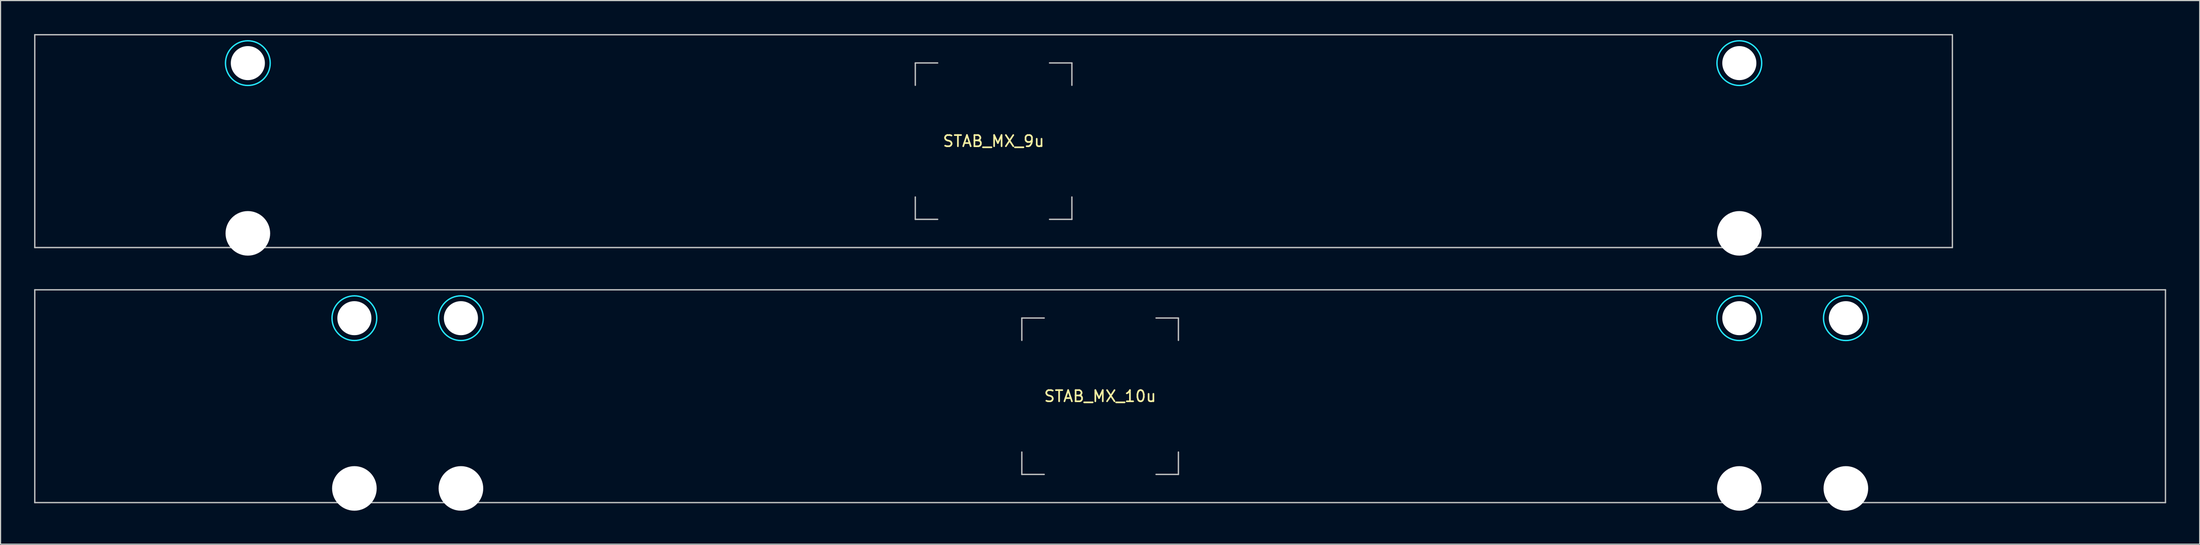
<source format=kicad_pcb>
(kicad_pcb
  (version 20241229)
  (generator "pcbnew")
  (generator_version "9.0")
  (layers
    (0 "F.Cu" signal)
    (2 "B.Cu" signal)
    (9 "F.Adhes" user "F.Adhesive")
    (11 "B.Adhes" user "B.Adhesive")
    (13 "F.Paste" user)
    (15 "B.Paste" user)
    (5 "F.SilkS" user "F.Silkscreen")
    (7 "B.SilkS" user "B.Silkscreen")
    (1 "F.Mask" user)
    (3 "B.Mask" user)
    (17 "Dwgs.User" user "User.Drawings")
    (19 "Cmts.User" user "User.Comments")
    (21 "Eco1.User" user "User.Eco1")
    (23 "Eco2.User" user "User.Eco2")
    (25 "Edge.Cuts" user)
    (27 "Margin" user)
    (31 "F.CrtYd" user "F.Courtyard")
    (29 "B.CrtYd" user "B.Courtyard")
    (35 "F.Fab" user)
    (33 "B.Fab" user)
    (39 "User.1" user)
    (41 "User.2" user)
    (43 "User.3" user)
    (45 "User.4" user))
  (footprint "STAB_MX_9u"
    (layer "F.Cu")
    (at 85.785 9.585)
    (property "Reference" "STAB_MX_9u" (at 0 0 0) (layer "F.SilkS") (effects (font (size 1 1) (thickness 0.15))))
    (attr through_hole exclude_from_pos_files exclude_from_bom)
    (fp_line (start -85.725 -9.525) (end -85.725 9.525) (stroke (width 0.12) (type solid)) (layer "Dwgs.User"))
    (fp_line (start -85.725 -9.525) (end 85.725 -9.525) (stroke (width 0.12) (type solid)) (layer "Dwgs.User"))
    (fp_line (start -7 -7) (end -5 -7) (stroke (width 0.12) (type solid)) (layer "Dwgs.User"))
    (fp_line (start -7 -5) (end -7 -7) (stroke (width 0.12) (type solid)) (layer "Dwgs.User"))
    (fp_line (start -7 7) (end -7 5) (stroke (width 0.12) (type solid)) (layer "Dwgs.User"))
    (fp_line (start -5 7) (end -7 7) (stroke (width 0.12) (type solid)) (layer "Dwgs.User"))
    (fp_line (start 5 -7) (end 7 -7) (stroke (width 0.12) (type solid)) (layer "Dwgs.User"))
    (fp_line (start 5 7) (end 7 7) (stroke (width 0.12) (type solid)) (layer "Dwgs.User"))
    (fp_line (start 7 -7) (end 7 -5) (stroke (width 0.12) (type solid)) (layer "Dwgs.User"))
    (fp_line (start 7 7) (end 7 5) (stroke (width 0.12) (type solid)) (layer "Dwgs.User"))
    (fp_line (start 85.725 -9.525) (end 85.725 9.525) (stroke (width 0.12) (type solid)) (layer "Dwgs.User"))
    (fp_line (start 85.725 9.525) (end -85.725 9.525) (stroke (width 0.12) (type solid)) (layer "Dwgs.User"))
    (fp_line (start -70.05 -5.5) (end -70.05 7.5) (stroke (width 0.05) (type solid)) (layer "Eco2.User"))
    (fp_line (start -69.55 -6) (end -63.801 -6) (stroke (width 0.05) (type solid)) (layer "Eco2.User"))
    (fp_line (start -69.55 8) (end -63.8 8) (stroke (width 0.05) (type solid)) (layer "Eco2.User"))
    (fp_line (start -63.301 -5.5) (end -63.3 7.5) (stroke (width 0.05) (type solid)) (layer "Eco2.User"))
    (fp_line (start 63.3 -5.5) (end 63.3 7.5) (stroke (width 0.05) (type solid)) (layer "Eco2.User"))
    (fp_line (start 63.8 -6) (end 69.549 -6) (stroke (width 0.05) (type solid)) (layer "Eco2.User"))
    (fp_line (start 63.8 8) (end 69.55 8) (stroke (width 0.05) (type solid)) (layer "Eco2.User"))
    (fp_line (start 70.049 -5.5) (end 70.05 7.5) (stroke (width 0.05) (type solid)) (layer "Eco2.User"))
    (fp_arc (start -70.05 -5.499999) (mid -69.903554 -5.853553) (end -69.55 -5.999999) (stroke (width 0.05) (type solid)) (layer "Eco2.User"))
    (fp_arc (start -69.55 8.000001) (mid -69.903554 7.853554) (end -70.05 7.500001) (stroke (width 0.05) (type solid)) (layer "Eco2.User"))
    (fp_arc (start -63.801211 -5.999999) (mid -63.447651 -5.853556) (end -63.301211 -5.499999) (stroke (width 0.05) (type solid)) (layer "Eco2.User"))
    (fp_arc (start -63.3 7.500001) (mid -63.446447 7.853554) (end -63.8 8.000001) (stroke (width 0.05) (type solid)) (layer "Eco2.User"))
    (fp_arc (start 63.3 -5.499999) (mid 63.446446 -5.853553) (end 63.8 -5.999999) (stroke (width 0.05) (type solid)) (layer "Eco2.User"))
    (fp_arc (start 63.8 8.000001) (mid 63.446446 7.853554) (end 63.3 7.500001) (stroke (width 0.05) (type solid)) (layer "Eco2.User"))
    (fp_arc (start 69.548789 -5.999999) (mid 69.902349 -5.853556) (end 70.048789 -5.499999) (stroke (width 0.05) (type solid)) (layer "Eco2.User"))
    (fp_arc (start 70.05 7.500001) (mid 69.903553 7.853554) (end 69.55 8.000001) (stroke (width 0.05) (type solid)) (layer "Eco2.User"))
    (fp_circle (center -66.675 -6.985) (end -64.675 -6.985) (stroke (width 0.12) (type solid)) (fill no) (layer "B.CrtYd"))
    (fp_circle (center 66.675 -6.985) (end 68.675 -6.985) (stroke (width 0.12) (type solid)) (fill no) (layer "B.CrtYd"))
    (pad "" np_thru_hole circle (at -66.675 -6.985) (size 3.048 3.048) (drill 3.048) (layers "*.Cu" "*.Mask"))
    (pad "" np_thru_hole circle (at -66.675 8.255) (size 3.988 3.988) (drill 3.988) (layers "*.Cu" "*.Mask"))
    (pad "" np_thru_hole circle (at 66.675 -6.985) (size 3.048 3.048) (drill 3.048) (layers "*.Cu" "*.Mask"))
    (pad "" np_thru_hole circle (at 66.675 8.255) (size 3.988 3.988) (drill 3.988) (layers "*.Cu" "*.Mask")))
  (footprint "STAB_MX_10u"
    (layer "F.Cu")
    (at 95.31 32.419)
    (property "Reference" "STAB_MX_10u" (at 0 0 0) (layer "F.SilkS") (effects (font (size 1 1) (thickness 0.15))))
    (attr through_hole exclude_from_pos_files exclude_from_bom)
    (fp_line (start -95.25 -9.525) (end -95.25 9.525) (stroke (width 0.12) (type solid)) (layer "Dwgs.User"))
    (fp_line (start -95.25 -9.525) (end 95.25 -9.525) (stroke (width 0.12) (type solid)) (layer "Dwgs.User"))
    (fp_line (start -7 -7) (end -5 -7) (stroke (width 0.12) (type solid)) (layer "Dwgs.User"))
    (fp_line (start -7 -5) (end -7 -7) (stroke (width 0.12) (type solid)) (layer "Dwgs.User"))
    (fp_line (start -7 7) (end -7 5) (stroke (width 0.12) (type solid)) (layer "Dwgs.User"))
    (fp_line (start -5 7) (end -7 7) (stroke (width 0.12) (type solid)) (layer "Dwgs.User"))
    (fp_line (start 5 -7) (end 7 -7) (stroke (width 0.12) (type solid)) (layer "Dwgs.User"))
    (fp_line (start 5 7) (end 7 7) (stroke (width 0.12) (type solid)) (layer "Dwgs.User"))
    (fp_line (start 7 -7) (end 7 -5) (stroke (width 0.12) (type solid)) (layer "Dwgs.User"))
    (fp_line (start 7 7) (end 7 5) (stroke (width 0.12) (type solid)) (layer "Dwgs.User"))
    (fp_line (start 95.25 -9.525) (end 95.25 9.525) (stroke (width 0.12) (type solid)) (layer "Dwgs.User"))
    (fp_line (start 95.25 9.525) (end -95.25 9.525) (stroke (width 0.12) (type solid)) (layer "Dwgs.User"))
    (fp_line (start -70.05 -5.5) (end -70.05 7.5) (stroke (width 0.05) (type solid)) (layer "Eco2.User"))
    (fp_line (start -69.55 -6) (end -63.801 -6) (stroke (width 0.05) (type solid)) (layer "Eco2.User"))
    (fp_line (start -69.55 8) (end -63.8 8) (stroke (width 0.05) (type solid)) (layer "Eco2.User"))
    (fp_line (start -63.301 -5.5) (end -63.3 7.5) (stroke (width 0.05) (type solid)) (layer "Eco2.User"))
    (fp_line (start -60.525 -5.5) (end -60.525 7.5) (stroke (width 0.05) (type solid)) (layer "Eco2.User"))
    (fp_line (start -60.025 -6) (end -54.275 -6) (stroke (width 0.05) (type solid)) (layer "Eco2.User"))
    (fp_line (start -60.025 8) (end -54.275 8) (stroke (width 0.05) (type solid)) (layer "Eco2.User"))
    (fp_line (start -53.775 -5.5) (end -53.775 7.5) (stroke (width 0.05) (type solid)) (layer "Eco2.User"))
    (fp_line (start 53.775 -5.5) (end 53.775 7.5) (stroke (width 0.05) (type solid)) (layer "Eco2.User"))
    (fp_line (start 54.275 -6) (end 60.024 -6) (stroke (width 0.05) (type solid)) (layer "Eco2.User"))
    (fp_line (start 54.275 8) (end 60.025 8) (stroke (width 0.05) (type solid)) (layer "Eco2.User"))
    (fp_line (start 60.524 -5.5) (end 60.525 7.5) (stroke (width 0.05) (type solid)) (layer "Eco2.User"))
    (fp_line (start 63.3 -5.5) (end 63.3 7.5) (stroke (width 0.05) (type solid)) (layer "Eco2.User"))
    (fp_line (start 63.8 -6) (end 69.549 -6) (stroke (width 0.05) (type solid)) (layer "Eco2.User"))
    (fp_line (start 63.8 8) (end 69.55 8) (stroke (width 0.05) (type solid)) (layer "Eco2.User"))
    (fp_line (start 70.049 -5.5) (end 70.05 7.5) (stroke (width 0.05) (type solid)) (layer "Eco2.User"))
    (fp_arc (start -70.05 -5.499999) (mid -69.903554 -5.853553) (end -69.55 -5.999999) (stroke (width 0.05) (type solid)) (layer "Eco2.User"))
    (fp_arc (start -69.55 8.000001) (mid -69.903554 7.853554) (end -70.05 7.500001) (stroke (width 0.05) (type solid)) (layer "Eco2.User"))
    (fp_arc (start -63.801211 -5.999999) (mid -63.447651 -5.853556) (end -63.301211 -5.499999) (stroke (width 0.05) (type solid)) (layer "Eco2.User"))
    (fp_arc (start -63.3 7.500001) (mid -63.446447 7.853554) (end -63.8 8.000001) (stroke (width 0.05) (type solid)) (layer "Eco2.User"))
    (fp_arc (start -60.525 -5.499999) (mid -60.378553 -5.853552) (end -60.025 -5.999999) (stroke (width 0.05) (type solid)) (layer "Eco2.User"))
    (fp_arc (start -60.025 8.000001) (mid -60.378553 7.853554) (end -60.525 7.500001) (stroke (width 0.05) (type solid)) (layer "Eco2.User"))
    (fp_arc (start -54.275 -5.999999) (mid -53.921447 -5.853552) (end -53.775 -5.499999) (stroke (width 0.05) (type solid)) (layer "Eco2.User"))
    (fp_arc (start -53.775 7.500001) (mid -53.921447 7.853554) (end -54.275 8.000001) (stroke (width 0.05) (type solid)) (layer "Eco2.User"))
    (fp_arc (start 53.775 -5.499999) (mid 53.921447 -5.853552) (end 54.275 -5.999999) (stroke (width 0.05) (type solid)) (layer "Eco2.User"))
    (fp_arc (start 54.275 8.000001) (mid 53.921447 7.853554) (end 53.775 7.500001) (stroke (width 0.05) (type solid)) (layer "Eco2.User"))
    (fp_arc (start 60.023789 -5.999999) (mid 60.377342 -5.853552) (end 60.523789 -5.499999) (stroke (width 0.05) (type solid)) (layer "Eco2.User"))
    (fp_arc (start 60.525 7.500001) (mid 60.378553 7.853554) (end 60.025 8.000001) (stroke (width 0.05) (type solid)) (layer "Eco2.User"))
    (fp_arc (start 63.3 -5.499999) (mid 63.446446 -5.853553) (end 63.8 -5.999999) (stroke (width 0.05) (type solid)) (layer "Eco2.User"))
    (fp_arc (start 63.8 8.000001) (mid 63.446446 7.853554) (end 63.3 7.500001) (stroke (width 0.05) (type solid)) (layer "Eco2.User"))
    (fp_arc (start 69.548789 -5.999999) (mid 69.902349 -5.853556) (end 70.048789 -5.499999) (stroke (width 0.05) (type solid)) (layer "Eco2.User"))
    (fp_arc (start 70.05 7.500001) (mid 69.903553 7.853554) (end 69.55 8.000001) (stroke (width 0.05) (type solid)) (layer "Eco2.User"))
    (fp_circle (center -66.675 -6.985) (end -64.675 -6.985) (stroke (width 0.12) (type solid)) (fill no) (layer "B.CrtYd"))
    (fp_circle (center -57.15 -6.985) (end -55.15 -6.985) (stroke (width 0.12) (type solid)) (fill no) (layer "B.CrtYd"))
    (fp_circle (center 57.15 -6.985) (end 59.15 -6.985) (stroke (width 0.12) (type solid)) (fill no) (layer "B.CrtYd"))
    (fp_circle (center 66.675 -6.985) (end 68.675 -6.985) (stroke (width 0.12) (type solid)) (fill no) (layer "B.CrtYd"))
    (pad "" np_thru_hole circle (at -66.675 -6.985) (size 3.048 3.048) (drill 3.048) (layers "*.Cu" "*.Mask"))
    (pad "" np_thru_hole circle (at -66.675 8.255) (size 3.988 3.988) (drill 3.988) (layers "*.Cu" "*.Mask"))
    (pad "" np_thru_hole circle (at -57.15 -6.985) (size 3.048 3.048) (drill 3.048) (layers "*.Cu" "*.Mask"))
    (pad "" np_thru_hole circle (at -57.15 8.255) (size 3.988 3.988) (drill 3.988) (layers "*.Cu" "*.Mask"))
    (pad "" np_thru_hole circle (at 57.15 -6.985) (size 3.048 3.048) (drill 3.048) (layers "*.Cu" "*.Mask"))
    (pad "" np_thru_hole circle (at 57.15 8.255) (size 3.988 3.988) (drill 3.988) (layers "*.Cu" "*.Mask"))
    (pad "" np_thru_hole circle (at 66.675 -6.985) (size 3.048 3.048) (drill 3.048) (layers "*.Cu" "*.Mask"))
    (pad "" np_thru_hole circle (at 66.675 8.255) (size 3.988 3.988) (drill 3.988) (layers "*.Cu" "*.Mask")))
  (gr_rect
    (start -3 -3)
    (end 193.62 45.668)
    (stroke (width 0.1) (type default))
    (fill no)
    (layer "Edge.Cuts")))
</source>
